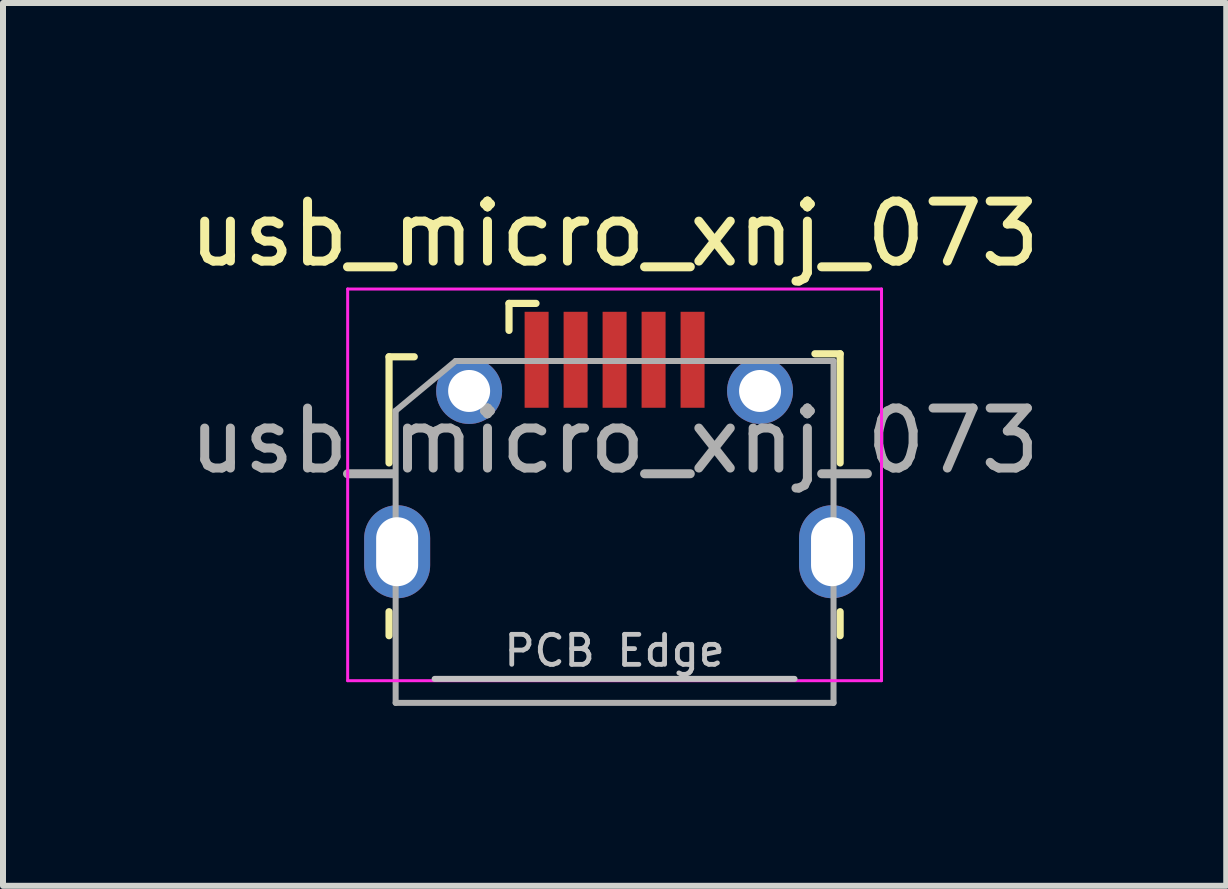
<source format=kicad_pcb>
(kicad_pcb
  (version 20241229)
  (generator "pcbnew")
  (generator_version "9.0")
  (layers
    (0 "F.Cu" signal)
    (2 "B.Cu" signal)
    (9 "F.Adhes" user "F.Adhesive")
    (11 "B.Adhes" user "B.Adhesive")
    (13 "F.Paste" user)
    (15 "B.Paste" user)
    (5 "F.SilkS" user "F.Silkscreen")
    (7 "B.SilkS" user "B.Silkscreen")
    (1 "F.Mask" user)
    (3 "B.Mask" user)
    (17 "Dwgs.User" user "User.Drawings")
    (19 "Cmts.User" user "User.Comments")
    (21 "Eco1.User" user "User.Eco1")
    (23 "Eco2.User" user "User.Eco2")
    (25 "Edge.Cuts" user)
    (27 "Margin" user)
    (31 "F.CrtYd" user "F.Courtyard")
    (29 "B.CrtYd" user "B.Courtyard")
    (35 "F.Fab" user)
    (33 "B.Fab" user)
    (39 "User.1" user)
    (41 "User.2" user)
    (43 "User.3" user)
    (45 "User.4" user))
  (footprint "usb_micro_xnj_073"
    (layer "F.Cu")
    (at 7.196 4.348)
    (property "Reference" "usb_micro_xnj_073" (at 0 -3.5 0) (layer "F.SilkS") (effects (font (size 1 1) (thickness 0.15))))
    (attr smd)
    (fp_line (start -3.76 -1.45) (end -3.34 -1.45) (stroke (width 0.12) (type solid)) (layer "F.SilkS"))
    (fp_line (start -3.76 0.32) (end -3.76 -1.45) (stroke (width 0.12) (type solid)) (layer "F.SilkS"))
    (fp_line (start -3.76 3.2) (end -3.76 2.8) (stroke (width 0.12) (type solid)) (layer "F.SilkS"))
    (fp_line (start -1.76 -1.89) (end -1.76 -2.34) (stroke (width 0.12) (type solid)) (layer "F.SilkS"))
    (fp_line (start -1.31 -2.34) (end -1.76 -2.34) (stroke (width 0.12) (type solid)) (layer "F.SilkS"))
    (fp_line (start 3.76 -1.5) (end 3.34 -1.5) (stroke (width 0.12) (type solid)) (layer "F.SilkS"))
    (fp_line (start 3.76 0.32) (end 3.76 -1.5) (stroke (width 0.12) (type solid)) (layer "F.SilkS"))
    (fp_line (start 3.76 2.8) (end 3.76 3.2) (stroke (width 0.12) (type solid)) (layer "F.SilkS"))
    (fp_line (start 3 3.92) (end -3 3.92) (stroke (width 0.1) (type solid)) (layer "Dwgs.User"))
    (fp_line (start -4.45 -2.58) (end -4.45 3.95) (stroke (width 0.05) (type solid)) (layer "F.CrtYd"))
    (fp_line (start -4.45 -2.58) (end 4.45 -2.58) (stroke (width 0.05) (type solid)) (layer "F.CrtYd"))
    (fp_line (start -4.45 3.95) (end 4.45 3.95) (stroke (width 0.05) (type solid)) (layer "F.CrtYd"))
    (fp_line (start 4.45 -2.58) (end 4.45 3.95) (stroke (width 0.05) (type solid)) (layer "F.CrtYd"))
    (fp_line (start -3.65 -0.55) (end -2.65 -1.38) (stroke (width 0.1) (type solid)) (layer "F.Fab"))
    (fp_line (start -3.65 4.32) (end -3.65 -0.55) (stroke (width 0.1) (type solid)) (layer "F.Fab"))
    (fp_line (start -2.65 -1.38) (end 3.65 -1.38) (stroke (width 0.1) (type solid)) (layer "F.Fab"))
    (fp_line (start 3.65 -1.38) (end 3.65 4.32) (stroke (width 0.1) (type solid)) (layer "F.Fab"))
    (fp_line (start 3.65 4.32) (end -3.65 4.32) (stroke (width 0.1) (type solid)) (layer "F.Fab"))
    (fp_text user "PCB Edge" (at 0 3.45 0) (layer "Dwgs.User") (effects (font (size 0.5 0.5) (thickness 0.08))))
    (fp_text user "${REFERENCE}" (at 0 -0.05 0) (layer "F.Fab") (effects (font (size 1 1) (thickness 0.15))))
    (pad "1" smd rect (at -1.3 -1.4) (size 0.4 1.6) (layers "F.Cu" "F.Mask" "F.Paste"))
    (pad "2" smd rect (at -0.65 -1.4) (size 0.4 1.6) (layers "F.Cu" "F.Mask" "F.Paste"))
    (pad "3" smd rect (at 0 -1.4) (size 0.4 1.6) (layers "F.Cu" "F.Mask" "F.Paste"))
    (pad "4" smd rect (at 0.65 -1.4) (size 0.4 1.6) (layers "F.Cu" "F.Mask" "F.Paste"))
    (pad "5" smd rect (at 1.3 -1.4) (size 0.4 1.6) (layers "F.Cu" "F.Mask" "F.Paste"))
    (pad "6" thru_hole oval (at -3.625 1.8) (size 1.1 1.55) (drill oval 0.7 1.15) (layers "*.Cu" "*.Mask" "F.Paste"))
    (pad "6" thru_hole circle (at -2.425 -0.88) (size 1.1 1.1) (drill 0.7) (layers "*.Cu" "*.Mask" "F.Paste"))
    (pad "6" thru_hole circle (at 2.425 -0.88) (size 1.1 1.1) (drill 0.7) (layers "*.Cu" "*.Mask" "F.Paste"))
    (pad "6" thru_hole oval (at 3.625 1.8) (size 1.1 1.55) (drill oval 0.7 1.15) (layers "*.Cu" "*.Mask" "F.Paste")))
  (gr_rect
    (start -3 -3)
    (end 17.393 11.718)
    (stroke (width 0.1) (type default))
    (fill no)
    (layer "Edge.Cuts")))
</source>
